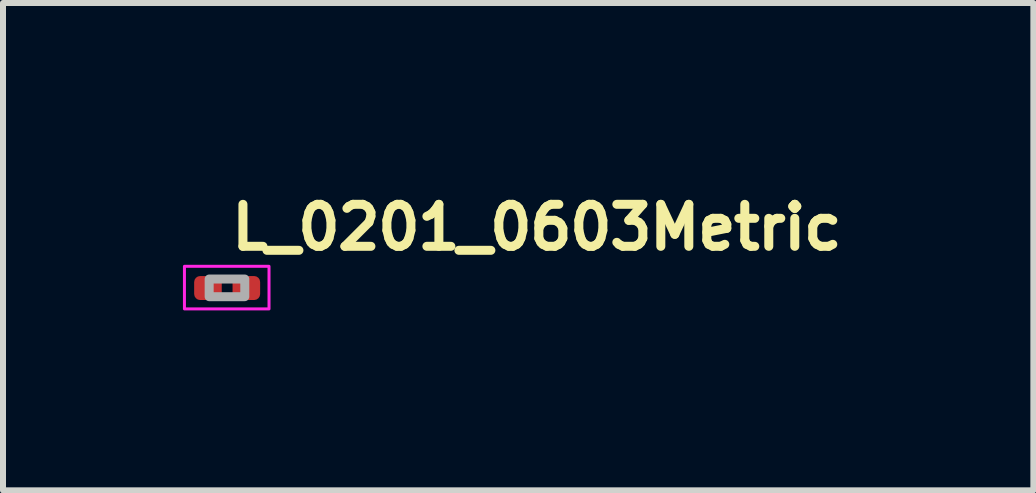
<source format=kicad_pcb>
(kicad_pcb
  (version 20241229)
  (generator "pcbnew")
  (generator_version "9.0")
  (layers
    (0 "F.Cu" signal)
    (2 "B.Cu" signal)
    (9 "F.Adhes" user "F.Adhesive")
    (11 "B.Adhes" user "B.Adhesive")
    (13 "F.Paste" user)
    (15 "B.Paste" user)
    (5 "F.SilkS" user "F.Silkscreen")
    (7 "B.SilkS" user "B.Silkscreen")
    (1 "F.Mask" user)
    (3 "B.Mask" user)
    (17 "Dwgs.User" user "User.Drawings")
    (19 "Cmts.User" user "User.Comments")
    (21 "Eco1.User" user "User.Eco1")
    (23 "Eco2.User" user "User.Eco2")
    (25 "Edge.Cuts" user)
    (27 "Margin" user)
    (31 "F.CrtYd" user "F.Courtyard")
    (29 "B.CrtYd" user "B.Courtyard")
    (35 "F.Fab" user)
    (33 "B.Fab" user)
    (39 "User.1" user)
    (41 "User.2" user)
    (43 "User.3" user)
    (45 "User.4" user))
  (footprint "L_0201_0603Metric"
    (layer "F.Cu")
    (at 0.735 1.75)
    (property "Reference" "L_0201_0603Metric" (at 0 -0.6 0) (unlocked yes) (layer "F.SilkS") (effects (font (size 0.7 0.7) (thickness 0.15)) (justify left bottom)))
    (attr smd)
    (fp_rect (start -0.71 -0.36) (end 0.7 0.35) (stroke (width 0.05) (type solid)) (fill no) (layer "F.CrtYd"))
    (fp_rect (start -0.298 -0.148) (end 0.296 0.146) (stroke (width 0.15) (type solid)) (fill no) (layer "F.Fab"))
    (fp_rect (start -0.298 -0.148) (end 0.296 0.146) (stroke (width 0.1) (type solid)) (fill no) (layer "User.5"))
    (fp_rect (start -0.298 -0.148) (end 0.296 0.146) (stroke (width 0.1) (type solid)) (fill no) (layer "User.5"))
    (fp_rect (start -0.298 -0.148) (end 0.296 0.146) (stroke (width 0.1) (type solid)) (fill no) (layer "User.5"))
    (fp_rect (start -0.298 -0.148) (end 0.296 0.146) (stroke (width 0.1) (type solid)) (fill no) (layer "User.5"))
    (fp_rect (start -0.298 -0.148) (end 0.296 0.146) (stroke (width 0.15) (type solid)) (fill no) (layer "User.5"))
    (fp_line (start -0.298 0.146) (end -0.298 -0.148) (stroke (width 0.02) (type solid)) (layer "User.9"))
    (fp_line (start -0.248 -0.148) (end -0.298 -0.148) (stroke (width 0.02) (type solid)) (layer "User.9"))
    (fp_line (start -0.248 -0.148) (end -0.248 -0.103) (stroke (width 0.02) (type solid)) (layer "User.9"))
    (fp_line (start -0.248 -0.103) (end -0.204 -0.103) (stroke (width 0.02) (type solid)) (layer "User.9"))
    (fp_line (start -0.248 0.102) (end -0.248 0.146) (stroke (width 0.02) (type solid)) (layer "User.9"))
    (fp_line (start -0.248 0.146) (end -0.298 0.146) (stroke (width 0.02) (type solid)) (layer "User.9"))
    (fp_line (start -0.204 -0.148) (end -0.248 -0.148) (stroke (width 0.02) (type solid)) (layer "User.9"))
    (fp_line (start -0.204 -0.148) (end -0.204 0.146) (stroke (width 0.02) (type solid)) (layer "User.9"))
    (fp_line (start -0.204 0.102) (end -0.248 0.102) (stroke (width 0.02) (type solid)) (layer "User.9"))
    (fp_line (start -0.204 0.102) (end -0.204 -0.103) (stroke (width 0.02) (type solid)) (layer "User.9"))
    (fp_line (start -0.204 0.146) (end -0.248 0.146) (stroke (width 0.02) (type solid)) (layer "User.9"))
    (fp_line (start -0.204 0.146) (end 0.202 0.146) (stroke (width 0.02) (type solid)) (layer "User.9"))
    (fp_line (start 0.202 -0.148) (end -0.204 -0.148) (stroke (width 0.02) (type solid)) (layer "User.9"))
    (fp_line (start 0.202 -0.103) (end 0.246 -0.103) (stroke (width 0.02) (type solid)) (layer "User.9"))
    (fp_line (start 0.202 0.102) (end 0.202 -0.103) (stroke (width 0.02) (type solid)) (layer "User.9"))
    (fp_line (start 0.202 0.146) (end 0.202 -0.148) (stroke (width 0.02) (type solid)) (layer "User.9"))
    (fp_line (start 0.246 -0.148) (end 0.202 -0.148) (stroke (width 0.02) (type solid)) (layer "User.9"))
    (fp_line (start 0.246 -0.148) (end 0.296 -0.148) (stroke (width 0.02) (type solid)) (layer "User.9"))
    (fp_line (start 0.246 -0.103) (end 0.246 -0.148) (stroke (width 0.02) (type solid)) (layer "User.9"))
    (fp_line (start 0.246 0.102) (end 0.202 0.102) (stroke (width 0.02) (type solid)) (layer "User.9"))
    (fp_line (start 0.246 0.146) (end 0.202 0.146) (stroke (width 0.02) (type solid)) (layer "User.9"))
    (fp_line (start 0.246 0.146) (end 0.246 0.102) (stroke (width 0.02) (type solid)) (layer "User.9"))
    (fp_line (start 0.246 0.146) (end 0.296 0.146) (stroke (width 0.02) (type solid)) (layer "User.9"))
    (fp_line (start 0.296 0.146) (end 0.296 -0.148) (stroke (width 0.02) (type solid)) (layer "User.9"))
    (pad "" smd roundrect (at -0.347 0.002) (size 0.318 0.36) (layers "F.Paste") (roundrect_rratio 0.25))
    (pad "" smd roundrect (at 0.345 0.002) (size 0.318 0.36) (layers "F.Paste") (roundrect_rratio 0.25))
    (pad "1" smd roundrect (at -0.318 0.002) (size 0.46 0.4) (layers "F.Cu" "F.Mask") (roundrect_rratio 0.25))
    (pad "2" smd roundrect (at 0.322 0.002) (size 0.46 0.4) (layers "F.Cu" "F.Mask") (roundrect_rratio 0.25)))
  (gr_rect
    (start -3 -3)
    (end 14.178 5.125)
    (stroke (width 0.1) (type default))
    (fill no)
    (layer "Edge.Cuts")))
</source>
